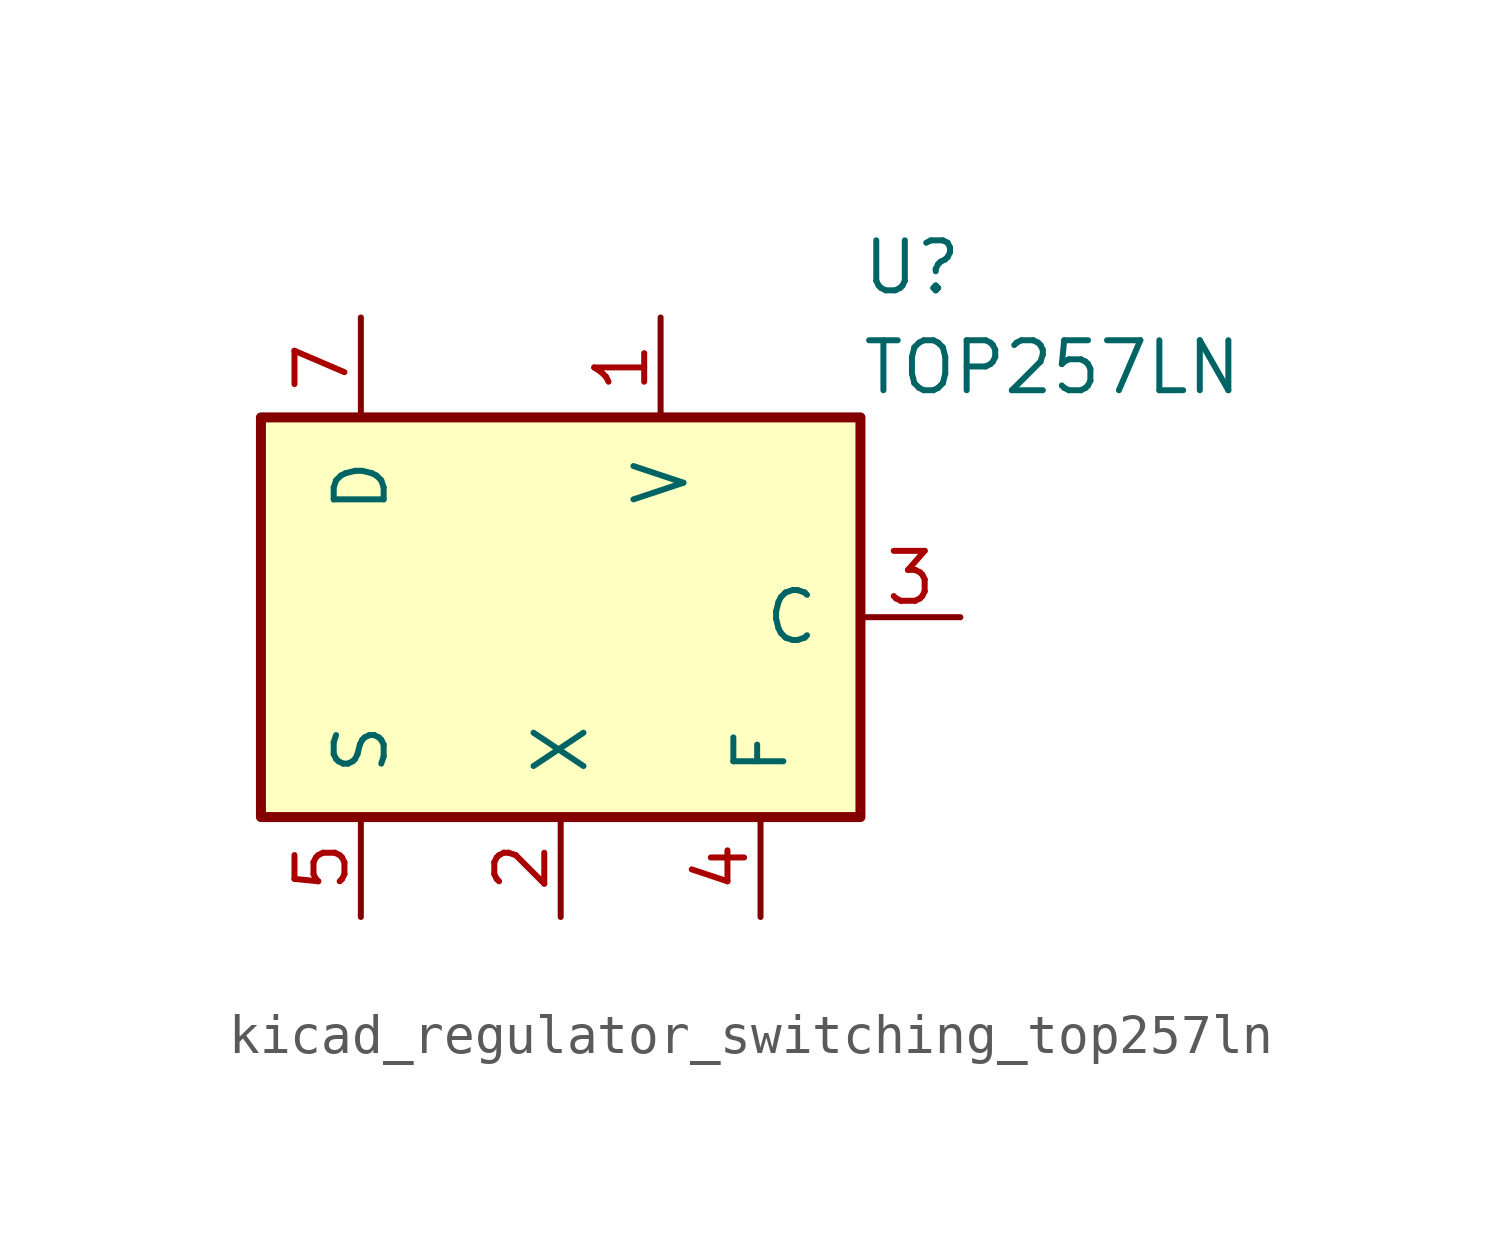
<source format=kicad_sym>
(kicad_symbol_lib
  (version 20220914)
  (generator kicad_symbol_editor)
  (symbol "kicad_regulator_switching_top257ln"
    (pin_names
      (offset 1.016))
    (property "Reference" "U"
      (at 7.62 8.89 0)
      (effects (font (size 1.27 1.27)) (justify left)))
    (property "Value" "TOP257LN"
      (at 7.62 6.35 0)
      (effects (font (size 1.27 1.27)) (justify left)))
    (symbol "kicad_regulator_switching_top257ln_0_1"
      (rectangle (start -7.62 5.08) (end 7.62 -5.08) (stroke (width 0.254) (type default)) (fill (type background))))
    (symbol "kicad_regulator_switching_top257ln_1_1"
      (pin input line (at 2.54 7.62 270) (length 2.54) (name "V" (effects (font (size 1.27 1.27)))) (number "1" (effects (font (size 1.27 1.27)))))
      (pin input line (at 0 -7.62 90) (length 2.54) (name "X" (effects (font (size 1.27 1.27)))) (number "2" (effects (font (size 1.27 1.27)))))
      (pin input line (at 10.16 0 180) (length 2.54) (name "C" (effects (font (size 1.27 1.27)))) (number "3" (effects (font (size 1.27 1.27)))))
      (pin passive line (at 5.08 -7.62 90) (length 2.54) (name "F" (effects (font (size 1.27 1.27)))) (number "4" (effects (font (size 1.27 1.27)))))
      (pin power_in line (at -5.08 -7.62 90) (length 2.54) (name "S" (effects (font (size 1.27 1.27)))) (number "5" (effects (font (size 1.27 1.27)))))
      (pin open_collector line (at -5.08 7.62 270) (length 2.54) (name "D" (effects (font (size 1.27 1.27)))) (number "7" (effects (font (size 1.27 1.27))))))))
</source>
